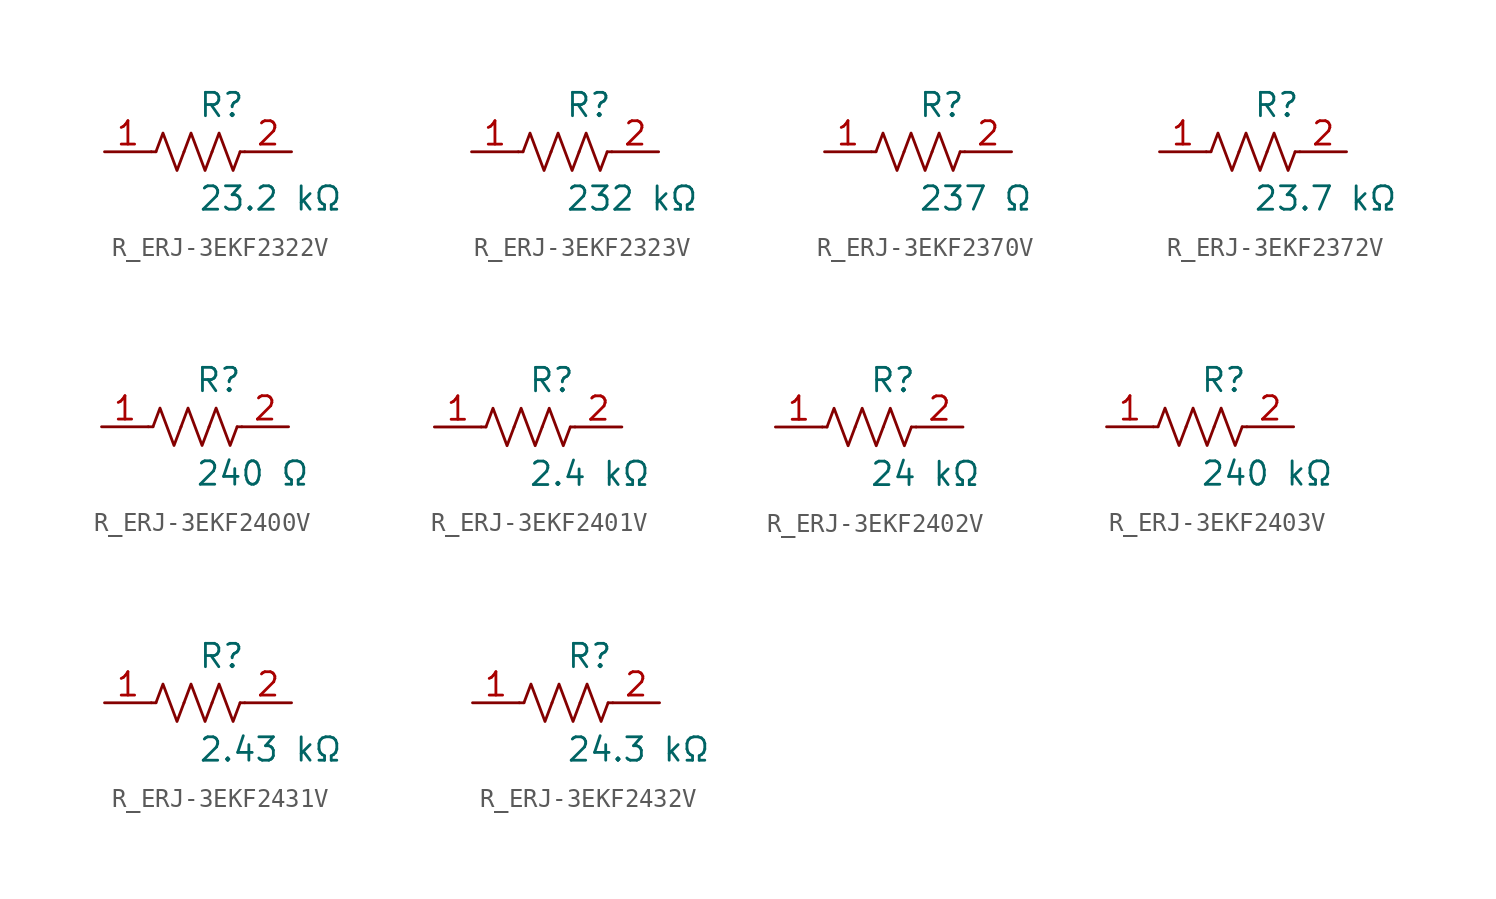
<source format=kicad_sym>
(kicad_symbol_lib
  (version 20231120)
  (generator kicad_symbol_editor)
  (generator_version 8.0)
  (symbol "R_ERJ-3EKF2322V"
    (pin_names
      (offset 0.254))
    (property "Reference" "R"
      (at 0.0 2.54 0)
      (effects (font (size 1.27 1.27)) (justify left)))
    (property "Value" "23.2 kΩ"
      (at 0.0 -2.54 0)
      (effects (font (size 1.27 1.27)) (justify left)))
    (symbol "R_ERJ-3EKF2322V_0_1"
      (polyline (pts (xy 2.286 0) (xy 2.54 0)) (stroke (width 0) (type default)) (fill (type none)))
      (polyline (pts (xy -2.286 0) (xy -2.54 0)) (stroke (width 0) (type default)) (fill (type none)))
      (polyline (pts (xy 0.762 0) (xy 1.143 1.016) (xy 1.524 0) (xy 1.905 -1.016) (xy 2.286 0)) (stroke (width 0) (type default)) (fill (type none)))
      (polyline (pts (xy -0.762 0) (xy -0.381 1.016) (xy 0 0) (xy 0.381 -1.016) (xy 0.762 0)) (stroke (width 0) (type default)) (fill (type none)))
      (polyline (pts (xy -2.286 0) (xy -1.905 1.016) (xy -1.524 0) (xy -1.143 -1.016) (xy -0.762 0)) (stroke (width 0) (type default)) (fill (type none))))
    (pin unspecified line
      (at -5.08 0 0)
      (length 2.54)
      (name "" (effects (font (size 1.27 1.27))))
      (number "1" (effects (font (size 1.27 1.27)))))
    (pin unspecified line
      (at 5.08 0 180)
      (length 2.54)
      (name "" (effects (font (size 1.27 1.27))))
      (number "2" (effects (font (size 1.27 1.27))))))
  (symbol "R_ERJ-3EKF2323V"
    (pin_names
      (offset 0.254))
    (property "Reference" "R"
      (at 0.0 2.54 0)
      (effects (font (size 1.27 1.27)) (justify left)))
    (property "Value" "232 kΩ"
      (at 0.0 -2.54 0)
      (effects (font (size 1.27 1.27)) (justify left)))
    (symbol "R_ERJ-3EKF2323V_0_1"
      (polyline (pts (xy 2.286 0) (xy 2.54 0)) (stroke (width 0) (type default)) (fill (type none)))
      (polyline (pts (xy -2.286 0) (xy -2.54 0)) (stroke (width 0) (type default)) (fill (type none)))
      (polyline (pts (xy 0.762 0) (xy 1.143 1.016) (xy 1.524 0) (xy 1.905 -1.016) (xy 2.286 0)) (stroke (width 0) (type default)) (fill (type none)))
      (polyline (pts (xy -0.762 0) (xy -0.381 1.016) (xy 0 0) (xy 0.381 -1.016) (xy 0.762 0)) (stroke (width 0) (type default)) (fill (type none)))
      (polyline (pts (xy -2.286 0) (xy -1.905 1.016) (xy -1.524 0) (xy -1.143 -1.016) (xy -0.762 0)) (stroke (width 0) (type default)) (fill (type none))))
    (pin unspecified line
      (at -5.08 0 0)
      (length 2.54)
      (name "" (effects (font (size 1.27 1.27))))
      (number "1" (effects (font (size 1.27 1.27)))))
    (pin unspecified line
      (at 5.08 0 180)
      (length 2.54)
      (name "" (effects (font (size 1.27 1.27))))
      (number "2" (effects (font (size 1.27 1.27))))))
  (symbol "R_ERJ-3EKF2370V"
    (pin_names
      (offset 0.254))
    (property "Reference" "R"
      (at 0.0 2.54 0)
      (effects (font (size 1.27 1.27)) (justify left)))
    (property "Value" "237 Ω"
      (at 0.0 -2.54 0)
      (effects (font (size 1.27 1.27)) (justify left)))
    (symbol "R_ERJ-3EKF2370V_0_1"
      (polyline (pts (xy 2.286 0) (xy 2.54 0)) (stroke (width 0) (type default)) (fill (type none)))
      (polyline (pts (xy -2.286 0) (xy -2.54 0)) (stroke (width 0) (type default)) (fill (type none)))
      (polyline (pts (xy 0.762 0) (xy 1.143 1.016) (xy 1.524 0) (xy 1.905 -1.016) (xy 2.286 0)) (stroke (width 0) (type default)) (fill (type none)))
      (polyline (pts (xy -0.762 0) (xy -0.381 1.016) (xy 0 0) (xy 0.381 -1.016) (xy 0.762 0)) (stroke (width 0) (type default)) (fill (type none)))
      (polyline (pts (xy -2.286 0) (xy -1.905 1.016) (xy -1.524 0) (xy -1.143 -1.016) (xy -0.762 0)) (stroke (width 0) (type default)) (fill (type none))))
    (pin unspecified line
      (at -5.08 0 0)
      (length 2.54)
      (name "" (effects (font (size 1.27 1.27))))
      (number "1" (effects (font (size 1.27 1.27)))))
    (pin unspecified line
      (at 5.08 0 180)
      (length 2.54)
      (name "" (effects (font (size 1.27 1.27))))
      (number "2" (effects (font (size 1.27 1.27))))))
  (symbol "R_ERJ-3EKF2372V"
    (pin_names
      (offset 0.254))
    (property "Reference" "R"
      (at 0.0 2.54 0)
      (effects (font (size 1.27 1.27)) (justify left)))
    (property "Value" "23.7 kΩ"
      (at 0.0 -2.54 0)
      (effects (font (size 1.27 1.27)) (justify left)))
    (symbol "R_ERJ-3EKF2372V_0_1"
      (polyline (pts (xy 2.286 0) (xy 2.54 0)) (stroke (width 0) (type default)) (fill (type none)))
      (polyline (pts (xy -2.286 0) (xy -2.54 0)) (stroke (width 0) (type default)) (fill (type none)))
      (polyline (pts (xy 0.762 0) (xy 1.143 1.016) (xy 1.524 0) (xy 1.905 -1.016) (xy 2.286 0)) (stroke (width 0) (type default)) (fill (type none)))
      (polyline (pts (xy -0.762 0) (xy -0.381 1.016) (xy 0 0) (xy 0.381 -1.016) (xy 0.762 0)) (stroke (width 0) (type default)) (fill (type none)))
      (polyline (pts (xy -2.286 0) (xy -1.905 1.016) (xy -1.524 0) (xy -1.143 -1.016) (xy -0.762 0)) (stroke (width 0) (type default)) (fill (type none))))
    (pin unspecified line
      (at -5.08 0 0)
      (length 2.54)
      (name "" (effects (font (size 1.27 1.27))))
      (number "1" (effects (font (size 1.27 1.27)))))
    (pin unspecified line
      (at 5.08 0 180)
      (length 2.54)
      (name "" (effects (font (size 1.27 1.27))))
      (number "2" (effects (font (size 1.27 1.27))))))
  (symbol "R_ERJ-3EKF2400V"
    (pin_names
      (offset 0.254))
    (property "Reference" "R"
      (at 0.0 2.54 0)
      (effects (font (size 1.27 1.27)) (justify left)))
    (property "Value" "240 Ω"
      (at 0.0 -2.54 0)
      (effects (font (size 1.27 1.27)) (justify left)))
    (symbol "R_ERJ-3EKF2400V_0_1"
      (polyline (pts (xy 2.286 0) (xy 2.54 0)) (stroke (width 0) (type default)) (fill (type none)))
      (polyline (pts (xy -2.286 0) (xy -2.54 0)) (stroke (width 0) (type default)) (fill (type none)))
      (polyline (pts (xy 0.762 0) (xy 1.143 1.016) (xy 1.524 0) (xy 1.905 -1.016) (xy 2.286 0)) (stroke (width 0) (type default)) (fill (type none)))
      (polyline (pts (xy -0.762 0) (xy -0.381 1.016) (xy 0 0) (xy 0.381 -1.016) (xy 0.762 0)) (stroke (width 0) (type default)) (fill (type none)))
      (polyline (pts (xy -2.286 0) (xy -1.905 1.016) (xy -1.524 0) (xy -1.143 -1.016) (xy -0.762 0)) (stroke (width 0) (type default)) (fill (type none))))
    (pin unspecified line
      (at -5.08 0 0)
      (length 2.54)
      (name "" (effects (font (size 1.27 1.27))))
      (number "1" (effects (font (size 1.27 1.27)))))
    (pin unspecified line
      (at 5.08 0 180)
      (length 2.54)
      (name "" (effects (font (size 1.27 1.27))))
      (number "2" (effects (font (size 1.27 1.27))))))
  (symbol "R_ERJ-3EKF2401V"
    (pin_names
      (offset 0.254))
    (property "Reference" "R"
      (at 0.0 2.54 0)
      (effects (font (size 1.27 1.27)) (justify left)))
    (property "Value" "2.4 kΩ"
      (at 0.0 -2.54 0)
      (effects (font (size 1.27 1.27)) (justify left)))
    (symbol "R_ERJ-3EKF2401V_0_1"
      (polyline (pts (xy 2.286 0) (xy 2.54 0)) (stroke (width 0) (type default)) (fill (type none)))
      (polyline (pts (xy -2.286 0) (xy -2.54 0)) (stroke (width 0) (type default)) (fill (type none)))
      (polyline (pts (xy 0.762 0) (xy 1.143 1.016) (xy 1.524 0) (xy 1.905 -1.016) (xy 2.286 0)) (stroke (width 0) (type default)) (fill (type none)))
      (polyline (pts (xy -0.762 0) (xy -0.381 1.016) (xy 0 0) (xy 0.381 -1.016) (xy 0.762 0)) (stroke (width 0) (type default)) (fill (type none)))
      (polyline (pts (xy -2.286 0) (xy -1.905 1.016) (xy -1.524 0) (xy -1.143 -1.016) (xy -0.762 0)) (stroke (width 0) (type default)) (fill (type none))))
    (pin unspecified line
      (at -5.08 0 0)
      (length 2.54)
      (name "" (effects (font (size 1.27 1.27))))
      (number "1" (effects (font (size 1.27 1.27)))))
    (pin unspecified line
      (at 5.08 0 180)
      (length 2.54)
      (name "" (effects (font (size 1.27 1.27))))
      (number "2" (effects (font (size 1.27 1.27))))))
  (symbol "R_ERJ-3EKF2402V"
    (pin_names
      (offset 0.254))
    (property "Reference" "R"
      (at 0.0 2.54 0)
      (effects (font (size 1.27 1.27)) (justify left)))
    (property "Value" "24 kΩ"
      (at 0.0 -2.54 0)
      (effects (font (size 1.27 1.27)) (justify left)))
    (symbol "R_ERJ-3EKF2402V_0_1"
      (polyline (pts (xy 2.286 0) (xy 2.54 0)) (stroke (width 0) (type default)) (fill (type none)))
      (polyline (pts (xy -2.286 0) (xy -2.54 0)) (stroke (width 0) (type default)) (fill (type none)))
      (polyline (pts (xy 0.762 0) (xy 1.143 1.016) (xy 1.524 0) (xy 1.905 -1.016) (xy 2.286 0)) (stroke (width 0) (type default)) (fill (type none)))
      (polyline (pts (xy -0.762 0) (xy -0.381 1.016) (xy 0 0) (xy 0.381 -1.016) (xy 0.762 0)) (stroke (width 0) (type default)) (fill (type none)))
      (polyline (pts (xy -2.286 0) (xy -1.905 1.016) (xy -1.524 0) (xy -1.143 -1.016) (xy -0.762 0)) (stroke (width 0) (type default)) (fill (type none))))
    (pin unspecified line
      (at -5.08 0 0)
      (length 2.54)
      (name "" (effects (font (size 1.27 1.27))))
      (number "1" (effects (font (size 1.27 1.27)))))
    (pin unspecified line
      (at 5.08 0 180)
      (length 2.54)
      (name "" (effects (font (size 1.27 1.27))))
      (number "2" (effects (font (size 1.27 1.27))))))
  (symbol "R_ERJ-3EKF2403V"
    (pin_names
      (offset 0.254))
    (property "Reference" "R"
      (at 0.0 2.54 0)
      (effects (font (size 1.27 1.27)) (justify left)))
    (property "Value" "240 kΩ"
      (at 0.0 -2.54 0)
      (effects (font (size 1.27 1.27)) (justify left)))
    (symbol "R_ERJ-3EKF2403V_0_1"
      (polyline (pts (xy 2.286 0) (xy 2.54 0)) (stroke (width 0) (type default)) (fill (type none)))
      (polyline (pts (xy -2.286 0) (xy -2.54 0)) (stroke (width 0) (type default)) (fill (type none)))
      (polyline (pts (xy 0.762 0) (xy 1.143 1.016) (xy 1.524 0) (xy 1.905 -1.016) (xy 2.286 0)) (stroke (width 0) (type default)) (fill (type none)))
      (polyline (pts (xy -0.762 0) (xy -0.381 1.016) (xy 0 0) (xy 0.381 -1.016) (xy 0.762 0)) (stroke (width 0) (type default)) (fill (type none)))
      (polyline (pts (xy -2.286 0) (xy -1.905 1.016) (xy -1.524 0) (xy -1.143 -1.016) (xy -0.762 0)) (stroke (width 0) (type default)) (fill (type none))))
    (pin unspecified line
      (at -5.08 0 0)
      (length 2.54)
      (name "" (effects (font (size 1.27 1.27))))
      (number "1" (effects (font (size 1.27 1.27)))))
    (pin unspecified line
      (at 5.08 0 180)
      (length 2.54)
      (name "" (effects (font (size 1.27 1.27))))
      (number "2" (effects (font (size 1.27 1.27))))))
  (symbol "R_ERJ-3EKF2431V"
    (pin_names
      (offset 0.254))
    (property "Reference" "R"
      (at 0.0 2.54 0)
      (effects (font (size 1.27 1.27)) (justify left)))
    (property "Value" "2.43 kΩ"
      (at 0.0 -2.54 0)
      (effects (font (size 1.27 1.27)) (justify left)))
    (symbol "R_ERJ-3EKF2431V_0_1"
      (polyline (pts (xy 2.286 0) (xy 2.54 0)) (stroke (width 0) (type default)) (fill (type none)))
      (polyline (pts (xy -2.286 0) (xy -2.54 0)) (stroke (width 0) (type default)) (fill (type none)))
      (polyline (pts (xy 0.762 0) (xy 1.143 1.016) (xy 1.524 0) (xy 1.905 -1.016) (xy 2.286 0)) (stroke (width 0) (type default)) (fill (type none)))
      (polyline (pts (xy -0.762 0) (xy -0.381 1.016) (xy 0 0) (xy 0.381 -1.016) (xy 0.762 0)) (stroke (width 0) (type default)) (fill (type none)))
      (polyline (pts (xy -2.286 0) (xy -1.905 1.016) (xy -1.524 0) (xy -1.143 -1.016) (xy -0.762 0)) (stroke (width 0) (type default)) (fill (type none))))
    (pin unspecified line
      (at -5.08 0 0)
      (length 2.54)
      (name "" (effects (font (size 1.27 1.27))))
      (number "1" (effects (font (size 1.27 1.27)))))
    (pin unspecified line
      (at 5.08 0 180)
      (length 2.54)
      (name "" (effects (font (size 1.27 1.27))))
      (number "2" (effects (font (size 1.27 1.27))))))
  (symbol "R_ERJ-3EKF2432V"
    (pin_names
      (offset 0.254))
    (property "Reference" "R"
      (at 0.0 2.54 0)
      (effects (font (size 1.27 1.27)) (justify left)))
    (property "Value" "24.3 kΩ"
      (at 0.0 -2.54 0)
      (effects (font (size 1.27 1.27)) (justify left)))
    (symbol "R_ERJ-3EKF2432V_0_1"
      (polyline (pts (xy 2.286 0) (xy 2.54 0)) (stroke (width 0) (type default)) (fill (type none)))
      (polyline (pts (xy -2.286 0) (xy -2.54 0)) (stroke (width 0) (type default)) (fill (type none)))
      (polyline (pts (xy 0.762 0) (xy 1.143 1.016) (xy 1.524 0) (xy 1.905 -1.016) (xy 2.286 0)) (stroke (width 0) (type default)) (fill (type none)))
      (polyline (pts (xy -0.762 0) (xy -0.381 1.016) (xy 0 0) (xy 0.381 -1.016) (xy 0.762 0)) (stroke (width 0) (type default)) (fill (type none)))
      (polyline (pts (xy -2.286 0) (xy -1.905 1.016) (xy -1.524 0) (xy -1.143 -1.016) (xy -0.762 0)) (stroke (width 0) (type default)) (fill (type none))))
    (pin unspecified line
      (at -5.08 0 0)
      (length 2.54)
      (name "" (effects (font (size 1.27 1.27))))
      (number "1" (effects (font (size 1.27 1.27)))))
    (pin unspecified line
      (at 5.08 0 180)
      (length 2.54)
      (name "" (effects (font (size 1.27 1.27))))
      (number "2" (effects (font (size 1.27 1.27)))))))
</source>
